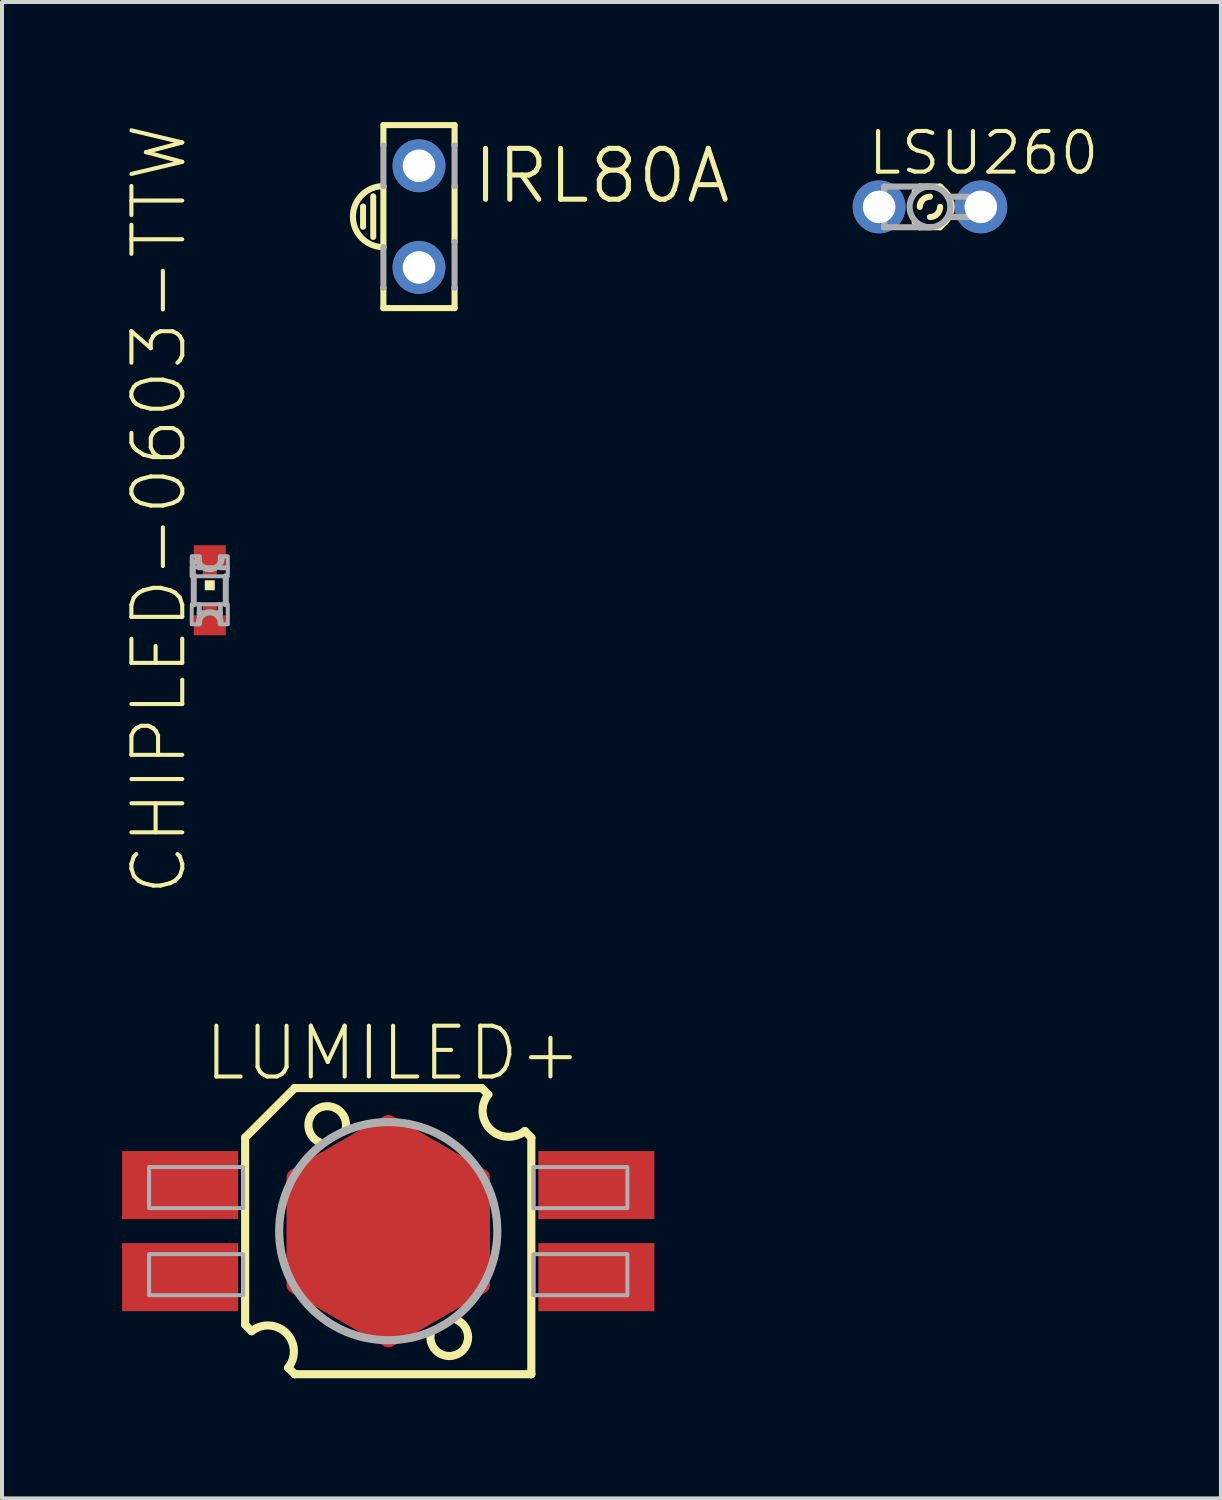
<source format=kicad_pcb>
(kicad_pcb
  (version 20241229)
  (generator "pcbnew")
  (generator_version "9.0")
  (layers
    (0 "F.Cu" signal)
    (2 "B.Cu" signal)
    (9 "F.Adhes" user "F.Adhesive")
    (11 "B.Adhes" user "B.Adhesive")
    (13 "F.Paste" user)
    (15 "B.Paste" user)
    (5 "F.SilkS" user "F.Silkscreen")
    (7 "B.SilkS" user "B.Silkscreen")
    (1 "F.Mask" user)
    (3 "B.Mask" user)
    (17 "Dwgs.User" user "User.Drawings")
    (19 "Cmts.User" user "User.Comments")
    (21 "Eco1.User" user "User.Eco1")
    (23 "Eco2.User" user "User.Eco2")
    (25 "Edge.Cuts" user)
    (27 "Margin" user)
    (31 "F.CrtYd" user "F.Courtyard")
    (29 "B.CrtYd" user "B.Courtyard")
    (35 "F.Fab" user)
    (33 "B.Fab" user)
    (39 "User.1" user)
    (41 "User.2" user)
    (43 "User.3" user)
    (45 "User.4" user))
  (footprint "LUMILED+"
    (layer "F.Cu")
    (at 6.65 27.709)
    (property "Reference" "LUMILED+" (at 0.121 -4.445 0) (layer "F.SilkS") (effects (font (size 1.27 1.27) (thickness 0.102))))
    (attr through_hole)
    (fp_poly (pts (xy 2.338 -1.35) (xy 0 -2.7) (xy -2.338 -1.35) (xy -2.338 1.35) (xy 0 2.7) (xy 2.338 1.35)) (stroke (width 0.406) (type solid)) (fill yes) (layer "F.Cu"))
    (fp_poly (pts (xy 2.338 -1.35) (xy 0 -2.7) (xy -2.338 -1.35) (xy -2.338 1.35) (xy 0 2.7) (xy 2.338 1.35)) (stroke (width 0.406) (type solid)) (fill yes) (layer "F.Mask"))
    (fp_line (start -3.575 -2.337) (end -2.337 -3.575) (stroke (width 0.203) (type solid)) (layer "F.SilkS"))
    (fp_line (start -3.575 2.337) (end -3.575 -2.337) (stroke (width 0.203) (type solid)) (layer "F.SilkS"))
    (fp_line (start -3.413 2.5) (end -3.575 2.337) (stroke (width 0.203) (type solid)) (layer "F.SilkS"))
    (fp_line (start -2.337 -3.575) (end 2.337 -3.575) (stroke (width 0.203) (type solid)) (layer "F.SilkS"))
    (fp_line (start -2.337 3.575) (end -2.5 3.413) (stroke (width 0.203) (type solid)) (layer "F.SilkS"))
    (fp_line (start 2.337 -3.575) (end 2.5 -3.413) (stroke (width 0.203) (type solid)) (layer "F.SilkS"))
    (fp_line (start 3.413 -2.5) (end 3.575 -2.337) (stroke (width 0.203) (type solid)) (layer "F.SilkS"))
    (fp_line (start 3.575 -2.337) (end 3.575 3.575) (stroke (width 0.203) (type solid)) (layer "F.SilkS"))
    (fp_line (start 3.575 3.575) (end -2.337 3.575) (stroke (width 0.203) (type solid)) (layer "F.SilkS"))
    (fp_arc (start -3.4125 2.5) (mid -2.547491 2.547491) (end -2.5 3.4125) (stroke (width 0.2032) (type solid)) (layer "F.SilkS"))
    (fp_arc (start -1.725 -2.225) (mid -1.737641 -3.068797) (end -1.062499 -2.562499) (stroke (width 0.2032) (type solid)) (layer "F.SilkS"))
    (fp_arc (start 1.725 2.225) (mid 1.737641 3.068797) (end 1.062499 2.562499) (stroke (width 0.2032) (type solid)) (layer "F.SilkS"))
    (fp_arc (start 3.4125 -2.5) (mid 2.547491 -2.547491) (end 2.5 -3.4125) (stroke (width 0.2032) (type solid)) (layer "F.SilkS"))
    (fp_poly (pts (xy 2.338 -1.35) (xy 0 -2.7) (xy -2.338 -1.35) (xy -2.338 1.35) (xy 0 2.7) (xy 2.338 1.35)) (stroke (width 0.406) (type solid)) (fill yes) (layer "F.Paste"))
    (fp_circle (center 0 0) (end 2.725 0) (stroke (width 0.203) (type solid)) (fill no) (layer "F.Fab"))
    (fp_poly (pts (xy -5.975 -1.6) (xy -3.625 -1.6) (xy -3.625 -0.575) (xy -5.975 -0.575)) (stroke (width 0.1) (type solid)) (fill no) (layer "F.Fab"))
    (fp_poly (pts (xy -5.975 0.575) (xy -3.625 0.575) (xy -3.625 1.6) (xy -5.975 1.6)) (stroke (width 0.1) (type solid)) (fill no) (layer "F.Fab"))
    (fp_poly (pts (xy 3.625 -1.6) (xy 5.975 -1.6) (xy 5.975 -0.575) (xy 3.625 -0.575)) (stroke (width 0.1) (type solid)) (fill no) (layer "F.Fab"))
    (fp_poly (pts (xy 3.625 0.575) (xy 5.975 0.575) (xy 5.975 1.6) (xy 3.625 1.6)) (stroke (width 0.1) (type solid)) (fill no) (layer "F.Fab"))
    (pad "1NC" smd rect (at -5.2 -1.15) (size 2.9 1.7) (layers "F.Cu" "F.Mask" "F.Paste"))
    (pad "2+" smd rect (at -5.2 1.15) (size 2.9 1.7) (layers "F.Cu" "F.Mask" "F.Paste"))
    (pad "3NC" smd rect (at 5.2 1.15) (size 2.9 1.7) (layers "F.Cu" "F.Mask" "F.Paste"))
    (pad "4-" smd rect (at 5.2 -1.15) (size 2.9 1.7) (layers "F.Cu" "F.Mask" "F.Paste")))
  (footprint "IRL80A"
    (layer "F.Cu")
    (at 7.418 2.362)
    (property "Reference" "IRL80A" (at 4.566 -1.016 0) (layer "F.SilkS") (effects (font (size 1.27 1.27) (thickness 0.127))))
    (attr through_hole)
    (fp_line (start -1.397 -0.254) (end -1.397 0.254) (stroke (width 0.15) (type solid)) (layer "F.SilkS"))
    (fp_line (start -1.143 -0.508) (end -1.143 0.508) (stroke (width 0.15) (type solid)) (layer "F.SilkS"))
    (fp_line (start -0.889 -2.286) (end -0.889 -1.778) (stroke (width 0.152) (type solid)) (layer "F.SilkS"))
    (fp_line (start -0.889 -2.286) (end 0.889 -2.286) (stroke (width 0.152) (type solid)) (layer "F.SilkS"))
    (fp_line (start -0.889 -0.762) (end -0.889 0.762) (stroke (width 0.152) (type solid)) (layer "F.SilkS"))
    (fp_line (start -0.889 1.778) (end -0.889 2.286) (stroke (width 0.152) (type solid)) (layer "F.SilkS"))
    (fp_line (start 0.889 -2.286) (end 0.889 -1.778) (stroke (width 0.152) (type solid)) (layer "F.SilkS"))
    (fp_line (start 0.889 -0.762) (end 0.889 0.635) (stroke (width 0.152) (type solid)) (layer "F.SilkS"))
    (fp_line (start 0.889 1.778) (end 0.889 2.286) (stroke (width 0.152) (type solid)) (layer "F.SilkS"))
    (fp_line (start 0.889 2.286) (end -0.889 2.286) (stroke (width 0.152) (type solid)) (layer "F.SilkS"))
    (fp_arc (start -0.889 0.762) (mid -1.651 0) (end -0.889 -0.762) (stroke (width 0.1524) (type solid)) (layer "F.SilkS"))
    (fp_line (start -0.889 -1.778) (end -0.889 -0.762) (stroke (width 0.152) (type solid)) (layer "F.Fab"))
    (fp_line (start -0.889 0.762) (end -0.889 1.778) (stroke (width 0.152) (type solid)) (layer "F.Fab"))
    (fp_line (start 0.889 -1.778) (end 0.889 -0.762) (stroke (width 0.152) (type solid)) (layer "F.Fab"))
    (fp_line (start 0.889 0.635) (end 0.889 1.778) (stroke (width 0.152) (type solid)) (layer "F.Fab"))
    (pad "A" thru_hole circle (at 0 1.27) (size 1.321 1.321) (drill 0.813) (layers "*.Cu" "*.Mask"))
    (pad "K" thru_hole circle (at 0 -1.27) (size 1.321 1.321) (drill 0.813) (layers "*.Cu" "*.Mask")))
  (footprint "CHIPLED-0603-TTW"
    (layer "F.Cu")
    (at 2.191 11.697)
    (property "Reference" "CHIPLED-0603-TTW" (at -1.27 -2.026 90) (layer "F.SilkS") (effects (font (size 1.27 1.27) (thickness 0.102))))
    (attr through_hole)
    (fp_poly (pts (xy -0.4 -1.125) (xy 0.4 -1.125) (xy 0.4 -0.625) (xy -0.4 -0.625)) (stroke (width 0) (type solid)) (fill yes) (layer "F.Mask"))
    (fp_poly (pts (xy -0.4 0.625) (xy 0.4 0.625) (xy 0.4 1.125) (xy -0.4 1.125)) (stroke (width 0) (type solid)) (fill yes) (layer "F.Mask"))
    (fp_poly (pts (xy -0.175 -0.7) (xy 0.175 -0.7) (xy 0.175 -0.325) (xy -0.175 -0.325)) (stroke (width 0) (type solid)) (fill yes) (layer "F.Mask"))
    (fp_poly (pts (xy -0.175 0.325) (xy 0.175 0.325) (xy 0.175 0.675) (xy -0.175 0.675)) (stroke (width 0) (type solid)) (fill yes) (layer "F.Mask"))
    (fp_poly (pts (xy -0.125 -0.25) (xy 0.125 -0.25) (xy 0.125 0) (xy -0.125 0)) (stroke (width 0) (type solid)) (fill yes) (layer "F.SilkS"))
    (fp_line (start -0.4 -0.375) (end -0.4 0.35) (stroke (width 0.15) (type solid)) (layer "F.Fab"))
    (fp_line (start 0.4 -0.35) (end 0.4 0.35) (stroke (width 0.15) (type solid)) (layer "F.Fab"))
    (fp_arc (start -0.275 0.825) (mid 0 0.55) (end 0.275 0.825) (stroke (width 0.15) (type solid)) (layer "F.Fab"))
    (fp_arc (start 0.3 -0.8) (mid 0 -0.524967) (end -0.3 -0.8) (stroke (width 0.15) (type solid)) (layer "F.Fab"))
    (fp_circle (center -0.35 -0.625) (end -0.275 -0.625) (stroke (width 0.051) (type solid)) (fill no) (layer "F.Fab"))
    (fp_poly (pts (xy -0.45 -0.85) (xy -0.25 -0.85) (xy -0.25 -0.7) (xy -0.45 -0.7)) (stroke (width 0.1) (type solid)) (fill no) (layer "F.Fab"))
    (fp_poly (pts (xy -0.45 -0.725) (xy -0.4 -0.725) (xy -0.4 -0.35) (xy -0.45 -0.35)) (stroke (width 0.1) (type solid)) (fill no) (layer "F.Fab"))
    (fp_poly (pts (xy -0.45 -0.575) (xy 0.45 -0.575) (xy 0.45 -0.35) (xy -0.45 -0.35)) (stroke (width 0.1) (type solid)) (fill no) (layer "F.Fab"))
    (fp_poly (pts (xy -0.45 0.35) (xy -0.25 0.35) (xy -0.25 0.85) (xy -0.45 0.85)) (stroke (width 0.1) (type solid)) (fill no) (layer "F.Fab"))
    (fp_poly (pts (xy -0.275 -0.6) (xy -0.225 -0.6) (xy -0.225 -0.55) (xy -0.275 -0.55)) (stroke (width 0.1) (type solid)) (fill no) (layer "F.Fab"))
    (fp_poly (pts (xy -0.275 0.35) (xy 0.275 0.35) (xy 0.275 0.575) (xy -0.275 0.575)) (stroke (width 0.1) (type solid)) (fill no) (layer "F.Fab"))
    (fp_poly (pts (xy -0.275 0.55) (xy -0.175 0.55) (xy -0.175 0.65) (xy -0.275 0.65)) (stroke (width 0.1) (type solid)) (fill no) (layer "F.Fab"))
    (fp_poly (pts (xy 0.175 0.55) (xy 0.275 0.55) (xy 0.275 0.65) (xy 0.175 0.65)) (stroke (width 0.1) (type solid)) (fill no) (layer "F.Fab"))
    (fp_poly (pts (xy 0.25 -0.85) (xy 0.45 -0.85) (xy 0.45 -0.55) (xy 0.25 -0.55)) (stroke (width 0.1) (type solid)) (fill no) (layer "F.Fab"))
    (fp_poly (pts (xy 0.25 0.35) (xy 0.45 0.35) (xy 0.45 0.85) (xy 0.25 0.85)) (stroke (width 0.1) (type solid)) (fill no) (layer "F.Fab"))
    (pad "A" smd rect (at 0 0.875) (size 0.8 0.5) (layers "F.Cu"))
    (pad "A@1" smd rect (at 0 0.5) (size 0.35 0.35) (layers "F.Cu" "F.Mask" "F.Paste"))
    (pad "C" smd rect (at 0 -0.875) (size 0.8 0.5) (layers "F.Cu"))
    (pad "C@1" smd rect (at 0 -0.5) (size 0.35 0.35) (layers "F.Cu" "F.Mask" "F.Paste")))
  (footprint "LSU260"
    (layer "F.Cu")
    (at 20.184 2.119)
    (property "Reference" "LSU260" (at 1.341 -1.346 0) (layer "F.SilkS") (effects (font (size 1.016 1.016) (thickness 0.102))))
    (attr through_hole)
    (fp_line (start -0.381 -0.381) (end -0.254 -0.508) (stroke (width 0.152) (type solid)) (layer "F.SilkS"))
    (fp_line (start -0.381 0.381) (end -0.254 0.508) (stroke (width 0.152) (type solid)) (layer "F.SilkS"))
    (fp_line (start 0.254 -0.508) (end -0.254 -0.508) (stroke (width 0.152) (type solid)) (layer "F.SilkS"))
    (fp_line (start 0.254 0.508) (end -0.254 0.508) (stroke (width 0.152) (type solid)) (layer "F.SilkS"))
    (fp_line (start 0.381 -0.381) (end 0.254 -0.508) (stroke (width 0.152) (type solid)) (layer "F.SilkS"))
    (fp_line (start 0.381 0.381) (end 0.254 0.508) (stroke (width 0.152) (type solid)) (layer "F.SilkS"))
    (fp_arc (start -0.254 0) (mid -0.179605 -0.179605) (end 0 -0.254) (stroke (width 0.1524) (type solid)) (layer "F.SilkS"))
    (fp_arc (start 0.254 0) (mid 0.179605 0.179605) (end 0 0.254) (stroke (width 0.1524) (type solid)) (layer "F.SilkS"))
    (fp_arc (start 0.381 -0.381) (mid 0.538815 0) (end 0.381 0.381) (stroke (width 0.1524) (type solid)) (layer "F.SilkS"))
    (fp_line (start -1.397 -0.254) (end -1.143 -0.254) (stroke (width 0.152) (type solid)) (layer "F.Fab"))
    (fp_line (start -1.397 0.254) (end -1.397 -0.254) (stroke (width 0.152) (type solid)) (layer "F.Fab"))
    (fp_line (start -1.143 -0.508) (end 0 -0.508) (stroke (width 0.152) (type solid)) (layer "F.Fab"))
    (fp_line (start -1.143 -0.254) (end -1.143 -0.508) (stroke (width 0.152) (type solid)) (layer "F.Fab"))
    (fp_line (start -1.143 0.254) (end -1.397 0.254) (stroke (width 0.152) (type solid)) (layer "F.Fab"))
    (fp_line (start -1.143 0.254) (end -1.143 -0.254) (stroke (width 0.152) (type solid)) (layer "F.Fab"))
    (fp_line (start -1.143 0.508) (end -1.143 0.254) (stroke (width 0.152) (type solid)) (layer "F.Fab"))
    (fp_line (start 0 0.508) (end -1.143 0.508) (stroke (width 0.152) (type solid)) (layer "F.Fab"))
    (fp_line (start 0.508 0.254) (end 1.397 0.254) (stroke (width 0.152) (type solid)) (layer "F.Fab"))
    (fp_line (start 1.397 -0.254) (end 0.508 -0.254) (stroke (width 0.152) (type solid)) (layer "F.Fab"))
    (fp_line (start 1.397 0.254) (end 1.397 -0.254) (stroke (width 0.152) (type solid)) (layer "F.Fab"))
    (fp_circle (center 0 0) (end 0.508 0) (stroke (width 0.152) (type solid)) (fill no) (layer "F.Fab"))
    (fp_poly (pts (xy -1.397 -0.254) (xy -1.143 -0.254) (xy -1.143 0.254) (xy -1.397 0.254)) (stroke (width 0.1) (type solid)) (fill no) (layer "F.Fab"))
    (fp_poly (pts (xy 0.508 -0.254) (xy 1.397 -0.254) (xy 1.397 0.254) (xy 0.508 0.254)) (stroke (width 0.1) (type solid)) (fill no) (layer "F.Fab"))
    (pad "A" thru_hole circle (at -1.27 0) (size 1.321 1.321) (drill 0.813) (layers "*.Cu" "*.Mask"))
    (pad "K" thru_hole circle (at 1.27 0) (size 1.321 1.321) (drill 0.813) (layers "*.Cu" "*.Mask")))
  (gr_rect
    (start -3 -3)
    (end 27.454 34.386)
    (stroke (width 0.1) (type default))
    (fill no)
    (layer "Edge.Cuts")))
</source>
